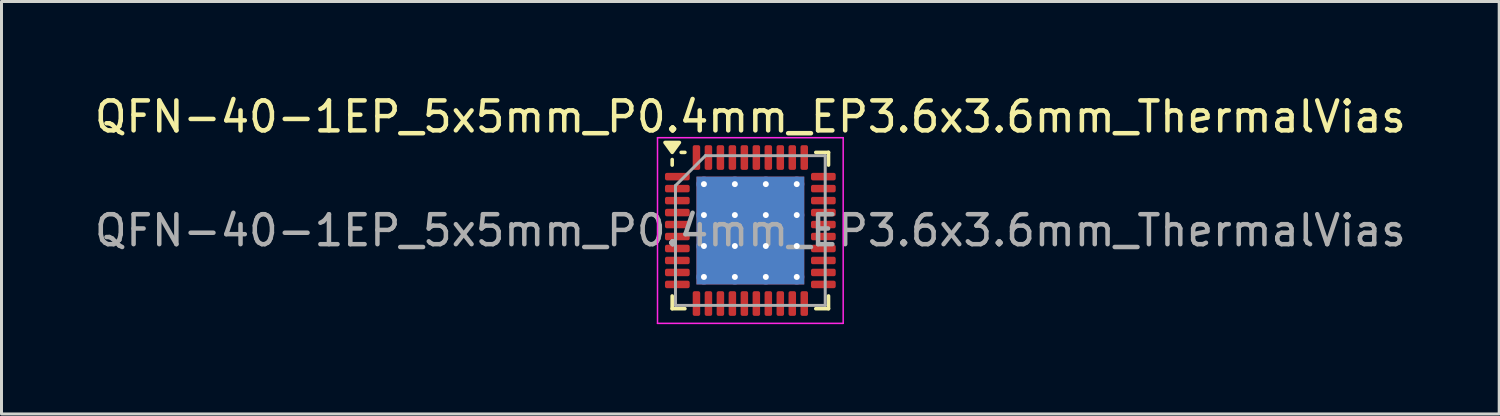
<source format=kicad_pcb>
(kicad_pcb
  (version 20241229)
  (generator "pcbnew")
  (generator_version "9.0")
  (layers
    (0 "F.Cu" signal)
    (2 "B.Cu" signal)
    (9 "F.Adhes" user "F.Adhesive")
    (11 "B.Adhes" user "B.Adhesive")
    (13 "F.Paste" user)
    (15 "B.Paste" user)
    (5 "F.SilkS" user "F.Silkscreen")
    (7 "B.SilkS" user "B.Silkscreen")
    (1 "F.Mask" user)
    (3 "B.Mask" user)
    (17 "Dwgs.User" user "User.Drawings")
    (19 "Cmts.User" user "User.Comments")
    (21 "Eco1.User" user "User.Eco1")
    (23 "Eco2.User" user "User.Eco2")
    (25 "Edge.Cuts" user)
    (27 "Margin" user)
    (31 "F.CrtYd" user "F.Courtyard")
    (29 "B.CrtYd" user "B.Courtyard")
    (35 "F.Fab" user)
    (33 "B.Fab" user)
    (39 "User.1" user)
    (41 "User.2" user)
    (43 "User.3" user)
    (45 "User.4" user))
  (footprint "QFN-40-1EP_5x5mm_P0.4mm_EP3.6x3.6mm_ThermalVias"
    (layer "F.Cu")
    (at 22.006 4.648)
    (property "Reference" "QFN-40-1EP_5x5mm_P0.4mm_EP3.6x3.6mm_ThermalVias" (at 0 -3.8 0) (layer "F.SilkS") (effects (font (size 1 1) (thickness 0.15))))
    (attr smd)
    (fp_line (start -2.61 -2.185) (end -2.61 -2.37) (stroke (width 0.12) (type solid)) (layer "F.SilkS"))
    (fp_line (start -2.61 2.61) (end -2.61 2.185) (stroke (width 0.12) (type solid)) (layer "F.SilkS"))
    (fp_line (start -2.185 -2.61) (end -2.31 -2.61) (stroke (width 0.12) (type solid)) (layer "F.SilkS"))
    (fp_line (start -2.185 2.61) (end -2.61 2.61) (stroke (width 0.12) (type solid)) (layer "F.SilkS"))
    (fp_line (start 2.185 -2.61) (end 2.61 -2.61) (stroke (width 0.12) (type solid)) (layer "F.SilkS"))
    (fp_line (start 2.185 2.61) (end 2.61 2.61) (stroke (width 0.12) (type solid)) (layer "F.SilkS"))
    (fp_line (start 2.61 -2.61) (end 2.61 -2.185) (stroke (width 0.12) (type solid)) (layer "F.SilkS"))
    (fp_line (start 2.61 2.61) (end 2.61 2.185) (stroke (width 0.12) (type solid)) (layer "F.SilkS"))
    (fp_poly (pts (xy -2.61 -2.61) (xy -2.85 -2.94) (xy -2.37 -2.94) (xy -2.61 -2.61)) (stroke (width 0.12) (type solid)) (fill yes) (layer "F.SilkS"))
    (fp_line (start -3.1 -3.1) (end -3.1 3.1) (stroke (width 0.05) (type solid)) (layer "F.CrtYd"))
    (fp_line (start -3.1 3.1) (end 3.1 3.1) (stroke (width 0.05) (type solid)) (layer "F.CrtYd"))
    (fp_line (start 3.1 -3.1) (end -3.1 -3.1) (stroke (width 0.05) (type solid)) (layer "F.CrtYd"))
    (fp_line (start 3.1 3.1) (end 3.1 -3.1) (stroke (width 0.05) (type solid)) (layer "F.CrtYd"))
    (fp_line (start -2.5 -1.5) (end -1.5 -2.5) (stroke (width 0.1) (type solid)) (layer "F.Fab"))
    (fp_line (start -2.5 2.5) (end -2.5 -1.5) (stroke (width 0.1) (type solid)) (layer "F.Fab"))
    (fp_line (start -1.5 -2.5) (end 2.5 -2.5) (stroke (width 0.1) (type solid)) (layer "F.Fab"))
    (fp_line (start 2.5 -2.5) (end 2.5 2.5) (stroke (width 0.1) (type solid)) (layer "F.Fab"))
    (fp_line (start 2.5 2.5) (end -2.5 2.5) (stroke (width 0.1) (type solid)) (layer "F.Fab"))
    (fp_text user "${REFERENCE}" (at 0 0 0) (layer "F.Fab") (effects (font (size 1 1) (thickness 0.15))))
    (pad "" smd custom (at -1.033 -1.033) (size 0.803 0.803) (layers "F.Paste") (options (anchor circle)) (primitives (gr_poly (pts (xy -0.338 -0.233) (xy -0.233 -0.338) (xy 0.233 -0.338) (xy 0.338 -0.233) (xy 0.338 0.233) (xy 0.233 0.338) (xy -0.233 0.338) (xy -0.338 0.233)) (width 0.253) (fill yes))))
    (pad "" smd custom (at -1.033 0) (size 0.803 0.803) (layers "F.Paste") (options (anchor circle)) (primitives (gr_poly (pts (xy -0.338 -0.233) (xy -0.233 -0.338) (xy 0.233 -0.338) (xy 0.338 -0.233) (xy 0.338 0.233) (xy 0.233 0.338) (xy -0.233 0.338) (xy -0.338 0.233)) (width 0.253) (fill yes))))
    (pad "" smd custom (at -1.033 1.033) (size 0.803 0.803) (layers "F.Paste") (options (anchor circle)) (primitives (gr_poly (pts (xy -0.338 -0.233) (xy -0.233 -0.338) (xy 0.233 -0.338) (xy 0.338 -0.233) (xy 0.338 0.233) (xy 0.233 0.338) (xy -0.233 0.338) (xy -0.338 0.233)) (width 0.253) (fill yes))))
    (pad "" smd custom (at 0 -1.033) (size 0.803 0.803) (layers "F.Paste") (options (anchor circle)) (primitives (gr_poly (pts (xy -0.338 -0.233) (xy -0.233 -0.338) (xy 0.233 -0.338) (xy 0.338 -0.233) (xy 0.338 0.233) (xy 0.233 0.338) (xy -0.233 0.338) (xy -0.338 0.233)) (width 0.253) (fill yes))))
    (pad "" smd custom (at 0 0) (size 0.803 0.803) (layers "F.Paste") (options (anchor circle)) (primitives (gr_poly (pts (xy -0.338 -0.233) (xy -0.233 -0.338) (xy 0.233 -0.338) (xy 0.338 -0.233) (xy 0.338 0.233) (xy 0.233 0.338) (xy -0.233 0.338) (xy -0.338 0.233)) (width 0.253) (fill yes))))
    (pad "" smd custom (at 0 1.033) (size 0.803 0.803) (layers "F.Paste") (options (anchor circle)) (primitives (gr_poly (pts (xy -0.338 -0.233) (xy -0.233 -0.338) (xy 0.233 -0.338) (xy 0.338 -0.233) (xy 0.338 0.233) (xy 0.233 0.338) (xy -0.233 0.338) (xy -0.338 0.233)) (width 0.253) (fill yes))))
    (pad "" smd custom (at 1.033 -1.033) (size 0.803 0.803) (layers "F.Paste") (options (anchor circle)) (primitives (gr_poly (pts (xy -0.338 -0.233) (xy -0.233 -0.338) (xy 0.233 -0.338) (xy 0.338 -0.233) (xy 0.338 0.233) (xy 0.233 0.338) (xy -0.233 0.338) (xy -0.338 0.233)) (width 0.253) (fill yes))))
    (pad "" smd custom (at 1.033 0) (size 0.803 0.803) (layers "F.Paste") (options (anchor circle)) (primitives (gr_poly (pts (xy -0.338 -0.233) (xy -0.233 -0.338) (xy 0.233 -0.338) (xy 0.338 -0.233) (xy 0.338 0.233) (xy 0.233 0.338) (xy -0.233 0.338) (xy -0.338 0.233)) (width 0.253) (fill yes))))
    (pad "" smd custom (at 1.033 1.033) (size 0.803 0.803) (layers "F.Paste") (options (anchor circle)) (primitives (gr_poly (pts (xy -0.338 -0.233) (xy -0.233 -0.338) (xy 0.233 -0.338) (xy 0.338 -0.233) (xy 0.338 0.233) (xy 0.233 0.338) (xy -0.233 0.338) (xy -0.338 0.233)) (width 0.253) (fill yes))))
    (pad "1" smd roundrect (at -2.438 -1.8) (size 0.825 0.25) (layers "F.Cu" "F.Mask" "F.Paste") (roundrect_rratio 0.25))
    (pad "2" smd roundrect (at -2.438 -1.4) (size 0.825 0.25) (layers "F.Cu" "F.Mask" "F.Paste") (roundrect_rratio 0.25))
    (pad "3" smd roundrect (at -2.438 -1) (size 0.825 0.25) (layers "F.Cu" "F.Mask" "F.Paste") (roundrect_rratio 0.25))
    (pad "4" smd roundrect (at -2.438 -0.6) (size 0.825 0.25) (layers "F.Cu" "F.Mask" "F.Paste") (roundrect_rratio 0.25))
    (pad "5" smd roundrect (at -2.438 -0.2) (size 0.825 0.25) (layers "F.Cu" "F.Mask" "F.Paste") (roundrect_rratio 0.25))
    (pad "6" smd roundrect (at -2.438 0.2) (size 0.825 0.25) (layers "F.Cu" "F.Mask" "F.Paste") (roundrect_rratio 0.25))
    (pad "7" smd roundrect (at -2.438 0.6) (size 0.825 0.25) (layers "F.Cu" "F.Mask" "F.Paste") (roundrect_rratio 0.25))
    (pad "8" smd roundrect (at -2.438 1) (size 0.825 0.25) (layers "F.Cu" "F.Mask" "F.Paste") (roundrect_rratio 0.25))
    (pad "9" smd roundrect (at -2.438 1.4) (size 0.825 0.25) (layers "F.Cu" "F.Mask" "F.Paste") (roundrect_rratio 0.25))
    (pad "10" smd roundrect (at -2.438 1.8) (size 0.825 0.25) (layers "F.Cu" "F.Mask" "F.Paste") (roundrect_rratio 0.25))
    (pad "11" smd roundrect (at -1.8 2.438) (size 0.25 0.825) (layers "F.Cu" "F.Mask" "F.Paste") (roundrect_rratio 0.25))
    (pad "12" smd roundrect (at -1.4 2.438) (size 0.25 0.825) (layers "F.Cu" "F.Mask" "F.Paste") (roundrect_rratio 0.25))
    (pad "13" smd roundrect (at -1 2.438) (size 0.25 0.825) (layers "F.Cu" "F.Mask" "F.Paste") (roundrect_rratio 0.25))
    (pad "14" smd roundrect (at -0.6 2.438) (size 0.25 0.825) (layers "F.Cu" "F.Mask" "F.Paste") (roundrect_rratio 0.25))
    (pad "15" smd roundrect (at -0.2 2.438) (size 0.25 0.825) (layers "F.Cu" "F.Mask" "F.Paste") (roundrect_rratio 0.25))
    (pad "16" smd roundrect (at 0.2 2.438) (size 0.25 0.825) (layers "F.Cu" "F.Mask" "F.Paste") (roundrect_rratio 0.25))
    (pad "17" smd roundrect (at 0.6 2.438) (size 0.25 0.825) (layers "F.Cu" "F.Mask" "F.Paste") (roundrect_rratio 0.25))
    (pad "18" smd roundrect (at 1 2.438) (size 0.25 0.825) (layers "F.Cu" "F.Mask" "F.Paste") (roundrect_rratio 0.25))
    (pad "19" smd roundrect (at 1.4 2.438) (size 0.25 0.825) (layers "F.Cu" "F.Mask" "F.Paste") (roundrect_rratio 0.25))
    (pad "20" smd roundrect (at 1.8 2.438) (size 0.25 0.825) (layers "F.Cu" "F.Mask" "F.Paste") (roundrect_rratio 0.25))
    (pad "21" smd roundrect (at 2.438 1.8) (size 0.825 0.25) (layers "F.Cu" "F.Mask" "F.Paste") (roundrect_rratio 0.25))
    (pad "22" smd roundrect (at 2.438 1.4) (size 0.825 0.25) (layers "F.Cu" "F.Mask" "F.Paste") (roundrect_rratio 0.25))
    (pad "23" smd roundrect (at 2.438 1) (size 0.825 0.25) (layers "F.Cu" "F.Mask" "F.Paste") (roundrect_rratio 0.25))
    (pad "24" smd roundrect (at 2.438 0.6) (size 0.825 0.25) (layers "F.Cu" "F.Mask" "F.Paste") (roundrect_rratio 0.25))
    (pad "25" smd roundrect (at 2.438 0.2) (size 0.825 0.25) (layers "F.Cu" "F.Mask" "F.Paste") (roundrect_rratio 0.25))
    (pad "26" smd roundrect (at 2.438 -0.2) (size 0.825 0.25) (layers "F.Cu" "F.Mask" "F.Paste") (roundrect_rratio 0.25))
    (pad "27" smd roundrect (at 2.438 -0.6) (size 0.825 0.25) (layers "F.Cu" "F.Mask" "F.Paste") (roundrect_rratio 0.25))
    (pad "28" smd roundrect (at 2.438 -1) (size 0.825 0.25) (layers "F.Cu" "F.Mask" "F.Paste") (roundrect_rratio 0.25))
    (pad "29" smd roundrect (at 2.438 -1.4) (size 0.825 0.25) (layers "F.Cu" "F.Mask" "F.Paste") (roundrect_rratio 0.25))
    (pad "30" smd roundrect (at 2.438 -1.8) (size 0.825 0.25) (layers "F.Cu" "F.Mask" "F.Paste") (roundrect_rratio 0.25))
    (pad "31" smd roundrect (at 1.8 -2.438) (size 0.25 0.825) (layers "F.Cu" "F.Mask" "F.Paste") (roundrect_rratio 0.25))
    (pad "32" smd roundrect (at 1.4 -2.438) (size 0.25 0.825) (layers "F.Cu" "F.Mask" "F.Paste") (roundrect_rratio 0.25))
    (pad "33" smd roundrect (at 1 -2.438) (size 0.25 0.825) (layers "F.Cu" "F.Mask" "F.Paste") (roundrect_rratio 0.25))
    (pad "34" smd roundrect (at 0.6 -2.438) (size 0.25 0.825) (layers "F.Cu" "F.Mask" "F.Paste") (roundrect_rratio 0.25))
    (pad "35" smd roundrect (at 0.2 -2.438) (size 0.25 0.825) (layers "F.Cu" "F.Mask" "F.Paste") (roundrect_rratio 0.25))
    (pad "36" smd roundrect (at -0.2 -2.438) (size 0.25 0.825) (layers "F.Cu" "F.Mask" "F.Paste") (roundrect_rratio 0.25))
    (pad "37" smd roundrect (at -0.6 -2.438) (size 0.25 0.825) (layers "F.Cu" "F.Mask" "F.Paste") (roundrect_rratio 0.25))
    (pad "38" smd roundrect (at -1 -2.438) (size 0.25 0.825) (layers "F.Cu" "F.Mask" "F.Paste") (roundrect_rratio 0.25))
    (pad "39" smd roundrect (at -1.4 -2.438) (size 0.25 0.825) (layers "F.Cu" "F.Mask" "F.Paste") (roundrect_rratio 0.25))
    (pad "40" smd roundrect (at -1.8 -2.438) (size 0.25 0.825) (layers "F.Cu" "F.Mask" "F.Paste") (roundrect_rratio 0.25))
    (pad "41" thru_hole circle (at -1.55 -1.55) (size 0.5 0.5) (drill 0.2) (property pad_prop_heatsink) (layers "*.Cu"))
    (pad "41" thru_hole circle (at -1.55 -0.517) (size 0.5 0.5) (drill 0.2) (property pad_prop_heatsink) (layers "*.Cu"))
    (pad "41" thru_hole circle (at -1.55 0.517) (size 0.5 0.5) (drill 0.2) (property pad_prop_heatsink) (layers "*.Cu"))
    (pad "41" thru_hole circle (at -1.55 1.55) (size 0.5 0.5) (drill 0.2) (property pad_prop_heatsink) (layers "*.Cu"))
    (pad "41" thru_hole circle (at -0.517 -1.55) (size 0.5 0.5) (drill 0.2) (property pad_prop_heatsink) (layers "*.Cu"))
    (pad "41" thru_hole circle (at -0.517 -0.517) (size 0.5 0.5) (drill 0.2) (property pad_prop_heatsink) (layers "*.Cu"))
    (pad "41" thru_hole circle (at -0.517 0.517) (size 0.5 0.5) (drill 0.2) (property pad_prop_heatsink) (layers "*.Cu"))
    (pad "41" thru_hole circle (at -0.517 1.55) (size 0.5 0.5) (drill 0.2) (property pad_prop_heatsink) (layers "*.Cu"))
    (pad "41" smd rect (at 0 0) (size 3.6 3.6) (property pad_prop_heatsink) (layers "F.Cu" "F.Mask"))
    (pad "41" smd rect (at 0 0) (size 3.6 3.6) (property pad_prop_heatsink) (layers "B.Cu"))
    (pad "41" thru_hole circle (at 0.517 -1.55) (size 0.5 0.5) (drill 0.2) (property pad_prop_heatsink) (layers "*.Cu"))
    (pad "41" thru_hole circle (at 0.517 -0.517) (size 0.5 0.5) (drill 0.2) (property pad_prop_heatsink) (layers "*.Cu"))
    (pad "41" thru_hole circle (at 0.517 0.517) (size 0.5 0.5) (drill 0.2) (property pad_prop_heatsink) (layers "*.Cu"))
    (pad "41" thru_hole circle (at 0.517 1.55) (size 0.5 0.5) (drill 0.2) (property pad_prop_heatsink) (layers "*.Cu"))
    (pad "41" thru_hole circle (at 1.55 -1.55) (size 0.5 0.5) (drill 0.2) (property pad_prop_heatsink) (layers "*.Cu"))
    (pad "41" thru_hole circle (at 1.55 -0.517) (size 0.5 0.5) (drill 0.2) (property pad_prop_heatsink) (layers "*.Cu"))
    (pad "41" thru_hole circle (at 1.55 0.517) (size 0.5 0.5) (drill 0.2) (property pad_prop_heatsink) (layers "*.Cu"))
    (pad "41" thru_hole circle (at 1.55 1.55) (size 0.5 0.5) (drill 0.2) (property pad_prop_heatsink) (layers "*.Cu")))
  (gr_rect
    (start -3 -3)
    (end 47.012 10.773)
    (stroke (width 0.1) (type default))
    (fill no)
    (layer "Edge.Cuts")))
</source>
